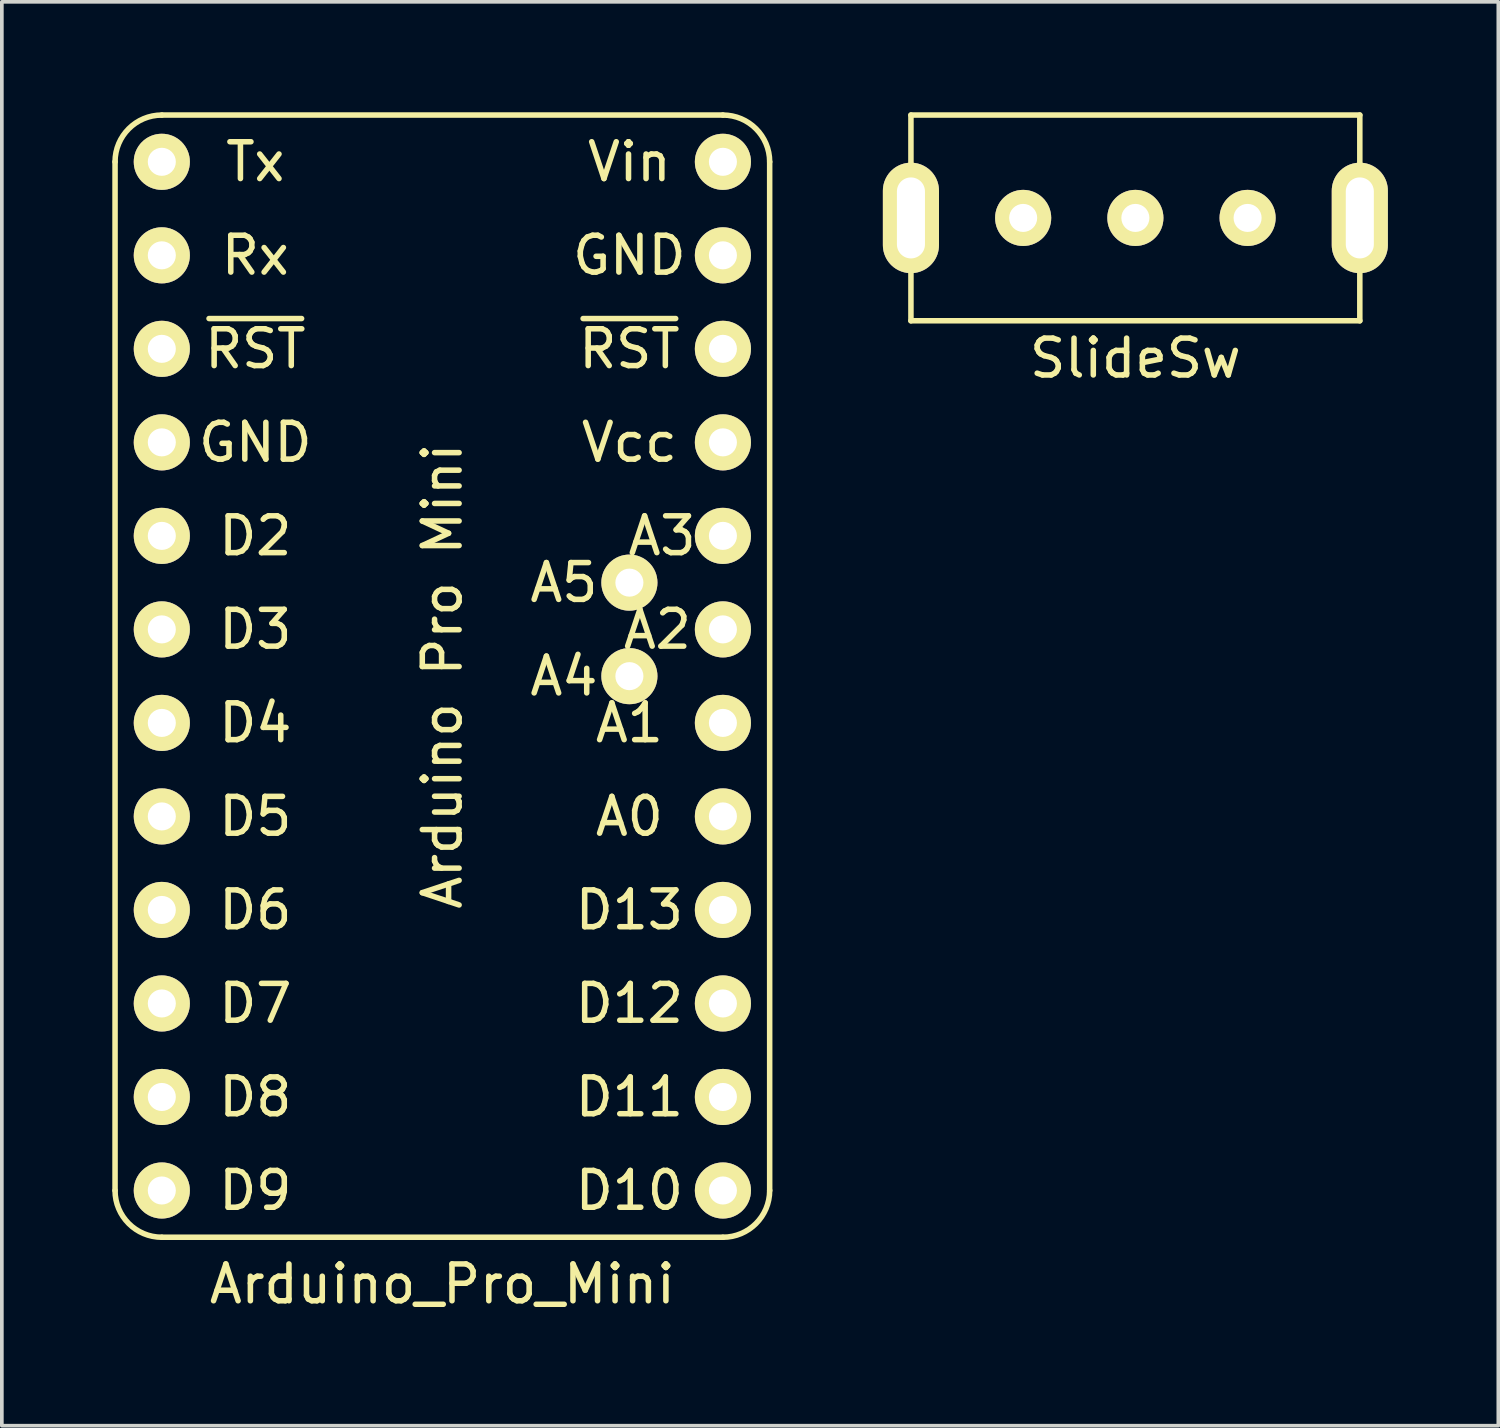
<source format=kicad_pcb>
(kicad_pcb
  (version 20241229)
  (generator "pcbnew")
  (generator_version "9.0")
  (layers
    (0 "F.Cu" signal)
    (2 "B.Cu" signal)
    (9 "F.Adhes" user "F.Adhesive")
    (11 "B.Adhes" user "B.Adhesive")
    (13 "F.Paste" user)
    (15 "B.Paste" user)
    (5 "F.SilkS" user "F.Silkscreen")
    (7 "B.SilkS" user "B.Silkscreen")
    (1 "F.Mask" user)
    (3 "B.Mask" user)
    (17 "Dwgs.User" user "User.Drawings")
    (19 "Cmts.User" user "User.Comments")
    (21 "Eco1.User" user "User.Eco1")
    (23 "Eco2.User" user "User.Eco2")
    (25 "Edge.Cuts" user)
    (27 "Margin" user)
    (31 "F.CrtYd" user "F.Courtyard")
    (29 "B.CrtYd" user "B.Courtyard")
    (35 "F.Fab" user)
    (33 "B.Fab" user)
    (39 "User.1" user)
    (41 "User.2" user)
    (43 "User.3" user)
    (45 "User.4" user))
  (footprint "Arduino_Pro_Mini"
    (layer "F.Cu")
    (at 8.965 15.315)
    (property "Reference" "Arduino_Pro_Mini" (at 0 16.51 0) (layer "F.SilkS") (effects (font (size 1 1) (thickness 0.15))))
    (attr through_hole)
    (fp_line (start -8.89 13.97) (end -8.89 -13.97) (stroke (width 0.15) (type solid)) (layer "F.SilkS"))
    (fp_line (start -7.62 -15.24) (end 7.62 -15.24) (stroke (width 0.15) (type solid)) (layer "F.SilkS"))
    (fp_line (start 7.62 15.24) (end -7.62 15.24) (stroke (width 0.15) (type solid)) (layer "F.SilkS"))
    (fp_line (start 8.89 -13.97) (end 8.89 13.97) (stroke (width 0.15) (type solid)) (layer "F.SilkS"))
    (fp_arc (start -8.89 -13.97) (mid -8.518026 -14.868026) (end -7.62 -15.24) (stroke (width 0.15) (type solid)) (layer "F.SilkS"))
    (fp_arc (start -7.62 15.24) (mid -8.518026 14.868026) (end -8.89 13.97) (stroke (width 0.15) (type solid)) (layer "F.SilkS"))
    (fp_arc (start 7.62 -15.24) (mid 8.518026 -14.868026) (end 8.89 -13.97) (stroke (width 0.15) (type solid)) (layer "F.SilkS"))
    (fp_arc (start 8.89 13.97) (mid 8.518026 14.868026) (end 7.62 15.24) (stroke (width 0.15) (type solid)) (layer "F.SilkS"))
    (fp_text user "A2" (at 5.842 -1.27 0) (layer "F.SilkS") (effects (font (size 1 1) (thickness 0.15))))
    (fp_text user "D12" (at 5.08 8.89 0) (layer "F.SilkS") (effects (font (size 1 1) (thickness 0.15))))
    (fp_text user "Vcc" (at 5.08 -6.35 0) (layer "F.SilkS") (effects (font (size 1 1) (thickness 0.15))))
    (fp_text user "D7" (at -5.08 8.89 0) (layer "F.SilkS") (effects (font (size 1 1) (thickness 0.15))))
    (fp_text user "D2" (at -5.08 -3.81 0) (layer "F.SilkS") (effects (font (size 1 1) (thickness 0.15))))
    (fp_text user "A0" (at 5.08 3.81 0) (layer "F.SilkS") (effects (font (size 1 1) (thickness 0.15))))
    (fp_text user "D11" (at 5.08 11.43 0) (layer "F.SilkS") (effects (font (size 1 1) (thickness 0.15))))
    (fp_text user "~{RST}" (at 5.08 -8.89 0) (layer "F.SilkS") (effects (font (size 1 1) (thickness 0.15))))
    (fp_text user "GND" (at 5.08 -11.43 0) (layer "F.SilkS") (effects (font (size 1 1) (thickness 0.15))))
    (fp_text user "D13" (at 5.08 6.35 0) (layer "F.SilkS") (effects (font (size 1 1) (thickness 0.15))))
    (fp_text user "GND" (at -5.08 -6.35 0) (layer "F.SilkS") (effects (font (size 1 1) (thickness 0.15))))
    (fp_text user "D3" (at -5.08 -1.27 0) (layer "F.SilkS") (effects (font (size 1 1) (thickness 0.15))))
    (fp_text user "~{RST}" (at -5.08 -8.89 0) (layer "F.SilkS") (effects (font (size 1 1) (thickness 0.15))))
    (fp_text user "D10" (at 5.08 13.97 0) (layer "F.SilkS") (effects (font (size 1 1) (thickness 0.15))))
    (fp_text user "D9" (at -5.08 13.97 0) (layer "F.SilkS") (effects (font (size 1 1) (thickness 0.15))))
    (fp_text user "A5" (at 3.302 -2.54 0) (layer "F.SilkS") (effects (font (size 1 1) (thickness 0.15))))
    (fp_text user "A4" (at 3.302 0 0) (layer "F.SilkS") (effects (font (size 1 1) (thickness 0.15))))
    (fp_text user "Tx" (at -5.08 -13.97 0) (layer "F.SilkS") (effects (font (size 1 1) (thickness 0.15))))
    (fp_text user "Rx" (at -5.08 -11.43 0) (layer "F.SilkS") (effects (font (size 1 1) (thickness 0.15))))
    (fp_text user "A1" (at 5.08 1.27 0) (layer "F.SilkS") (effects (font (size 1 1) (thickness 0.15))))
    (fp_text user "D6" (at -5.08 6.35 0) (layer "F.SilkS") (effects (font (size 1 1) (thickness 0.15))))
    (fp_text user "D4" (at -5.08 1.27 0) (layer "F.SilkS") (effects (font (size 1 1) (thickness 0.15))))
    (fp_text user "D8" (at -5.08 11.43 0) (layer "F.SilkS") (effects (font (size 1 1) (thickness 0.15))))
    (fp_text user "D5" (at -5.08 3.81 0) (layer "F.SilkS") (effects (font (size 1 1) (thickness 0.15))))
    (fp_text user "Vin" (at 5.08 -13.97 0) (layer "F.SilkS") (effects (font (size 1 1) (thickness 0.15))))
    (fp_text user "Arduino Pro Mini" (at 0 0 90) (layer "F.SilkS") (effects (font (size 1 1) (thickness 0.15))))
    (fp_text user "A3" (at 5.969 -3.81 0) (layer "F.SilkS") (effects (font (size 1 1) (thickness 0.15))))
    (pad "1" thru_hole circle (at -7.62 -13.97) (size 1.524 1.524) (drill 0.762) (layers "*.Cu" "*.Mask" "F.SilkS"))
    (pad "2" thru_hole circle (at -7.62 -11.43) (size 1.524 1.524) (drill 0.762) (layers "*.Cu" "*.Mask" "F.SilkS"))
    (pad "3" thru_hole circle (at -7.62 -8.89) (size 1.524 1.524) (drill 0.762) (layers "*.Cu" "*.Mask" "F.SilkS"))
    (pad "4" thru_hole circle (at -7.62 -6.35) (size 1.524 1.524) (drill 0.762) (layers "*.Cu" "*.Mask" "F.SilkS"))
    (pad "5" thru_hole circle (at -7.62 -3.81) (size 1.524 1.524) (drill 0.762) (layers "*.Cu" "*.Mask" "F.SilkS"))
    (pad "6" thru_hole circle (at -7.62 -1.27) (size 1.524 1.524) (drill 0.762) (layers "*.Cu" "*.Mask" "F.SilkS"))
    (pad "7" thru_hole circle (at -7.62 1.27) (size 1.524 1.524) (drill 0.762) (layers "*.Cu" "*.Mask" "F.SilkS"))
    (pad "8" thru_hole circle (at -7.62 3.81) (size 1.524 1.524) (drill 0.762) (layers "*.Cu" "*.Mask" "F.SilkS"))
    (pad "9" thru_hole circle (at -7.62 6.35) (size 1.524 1.524) (drill 0.762) (layers "*.Cu" "*.Mask" "F.SilkS"))
    (pad "10" thru_hole circle (at -7.62 8.89) (size 1.524 1.524) (drill 0.762) (layers "*.Cu" "*.Mask" "F.SilkS"))
    (pad "11" thru_hole circle (at -7.62 11.43) (size 1.524 1.524) (drill 0.762) (layers "*.Cu" "*.Mask" "F.SilkS"))
    (pad "12" thru_hole circle (at -7.62 13.97) (size 1.524 1.524) (drill 0.762) (layers "*.Cu" "*.Mask" "F.SilkS"))
    (pad "13" thru_hole circle (at 7.62 13.97) (size 1.524 1.524) (drill 0.762) (layers "*.Cu" "*.Mask" "F.SilkS"))
    (pad "14" thru_hole circle (at 7.62 11.43) (size 1.524 1.524) (drill 0.762) (layers "*.Cu" "*.Mask" "F.SilkS"))
    (pad "15" thru_hole circle (at 7.62 8.89) (size 1.524 1.524) (drill 0.762) (layers "*.Cu" "*.Mask" "F.SilkS"))
    (pad "16" thru_hole circle (at 7.62 6.35) (size 1.524 1.524) (drill 0.762) (layers "*.Cu" "*.Mask" "F.SilkS"))
    (pad "17" thru_hole circle (at 7.62 3.81) (size 1.524 1.524) (drill 0.762) (layers "*.Cu" "*.Mask" "F.SilkS"))
    (pad "18" thru_hole circle (at 7.62 1.27) (size 1.524 1.524) (drill 0.762) (layers "*.Cu" "*.Mask" "F.SilkS"))
    (pad "19" thru_hole circle (at 7.62 -1.27) (size 1.524 1.524) (drill 0.762) (layers "*.Cu" "*.Mask" "F.SilkS"))
    (pad "20" thru_hole circle (at 7.62 -3.81) (size 1.524 1.524) (drill 0.762) (layers "*.Cu" "*.Mask" "F.SilkS"))
    (pad "21" thru_hole circle (at 7.62 -6.35) (size 1.524 1.524) (drill 0.762) (layers "*.Cu" "*.Mask" "F.SilkS"))
    (pad "22" thru_hole circle (at 7.62 -8.89) (size 1.524 1.524) (drill 0.762) (layers "*.Cu" "*.Mask" "F.SilkS"))
    (pad "23" thru_hole circle (at 7.62 -11.43) (size 1.524 1.524) (drill 0.762) (layers "*.Cu" "*.Mask" "F.SilkS"))
    (pad "24" thru_hole circle (at 7.62 -13.97) (size 1.524 1.524) (drill 0.762) (layers "*.Cu" "*.Mask" "F.SilkS"))
    (pad "25" thru_hole circle (at 5.08 0) (size 1.524 1.524) (drill 0.762) (layers "*.Cu" "*.Mask" "F.SilkS"))
    (pad "26" thru_hole circle (at 5.08 -2.54) (size 1.524 1.524) (drill 0.762) (layers "*.Cu" "*.Mask" "F.SilkS")))
  (footprint "SlideSw"
    (layer "F.Cu")
    (at 27.788 2.869)
    (property "Reference" "SlideSw" (at 0 3.81 0) (layer "F.SilkS") (effects (font (size 1 1) (thickness 0.15))))
    (attr through_hole)
    (fp_line (start -6.096 -2.794) (end -6.096 2.794) (stroke (width 0.15) (type solid)) (layer "F.SilkS"))
    (fp_line (start -6.096 2.794) (end 6.096 2.794) (stroke (width 0.15) (type solid)) (layer "F.SilkS"))
    (fp_line (start 6.096 -2.794) (end -6.096 -2.794) (stroke (width 0.15) (type solid)) (layer "F.SilkS"))
    (fp_line (start 6.096 0) (end 6.096 -2.794) (stroke (width 0.15) (type solid)) (layer "F.SilkS"))
    (fp_line (start 6.096 2.794) (end 6.096 0) (stroke (width 0.15) (type solid)) (layer "F.SilkS"))
    (pad "1" thru_hole circle (at -3.048 0) (size 1.524 1.524) (drill 0.762) (layers "*.Cu" "*.Mask" "F.SilkS"))
    (pad "2" thru_hole circle (at 0 0) (size 1.524 1.524) (drill 0.762) (layers "*.Cu" "*.Mask" "F.SilkS"))
    (pad "3" thru_hole circle (at 3.048 0) (size 1.524 1.524) (drill 0.762) (layers "*.Cu" "*.Mask" "F.SilkS"))
    (pad "4" thru_hole oval (at -6.096 0) (size 1.524 3) (drill oval 0.762 2.2) (layers "*.Cu" "*.Mask" "F.SilkS"))
    (pad "5" thru_hole oval (at 6.096 0) (size 1.524 3) (drill oval 0.762 2.2) (layers "*.Cu" "*.Mask" "F.SilkS")))
  (gr_rect
    (start -3 -3)
    (end 37.646 35.673)
    (stroke (width 0.1) (type default))
    (fill no)
    (layer "Edge.Cuts")))
</source>
